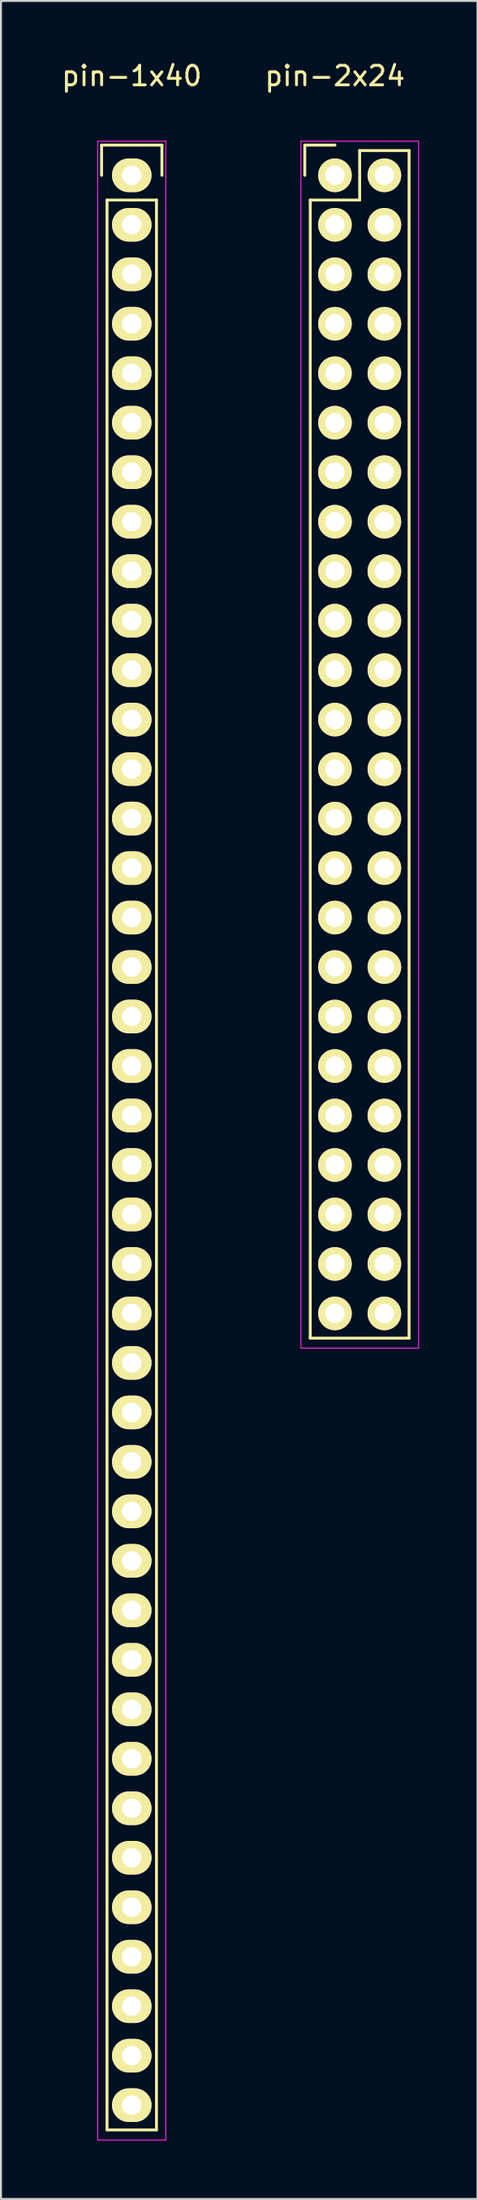
<source format=kicad_pcb>
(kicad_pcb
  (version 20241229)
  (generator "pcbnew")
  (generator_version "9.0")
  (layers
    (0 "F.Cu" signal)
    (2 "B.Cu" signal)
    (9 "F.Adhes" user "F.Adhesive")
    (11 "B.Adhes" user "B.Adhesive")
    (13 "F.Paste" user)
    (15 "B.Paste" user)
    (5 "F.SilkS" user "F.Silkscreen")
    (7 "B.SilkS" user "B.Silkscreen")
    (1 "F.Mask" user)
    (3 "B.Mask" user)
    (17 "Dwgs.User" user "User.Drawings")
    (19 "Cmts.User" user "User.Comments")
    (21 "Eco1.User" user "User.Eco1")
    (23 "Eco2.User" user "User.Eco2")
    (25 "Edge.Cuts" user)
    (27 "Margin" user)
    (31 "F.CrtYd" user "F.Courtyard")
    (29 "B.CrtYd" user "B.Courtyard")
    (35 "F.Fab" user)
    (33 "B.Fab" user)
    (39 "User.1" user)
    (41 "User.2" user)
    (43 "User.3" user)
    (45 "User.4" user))
  (footprint "pin-2x24"
    (layer "F.Cu")
    (at 14.161 5.948)
    (property "Reference" "pin-2x24" (at 0 -5.1 0) (layer "F.SilkS") (effects (font (size 1 1) (thickness 0.15))))
    (attr through_hole)
    (fp_line (start -1.55 -1.55) (end -1.55 0) (stroke (width 0.15) (type solid)) (layer "F.SilkS"))
    (fp_line (start -1.27 1.27) (end -1.27 59.69) (stroke (width 0.15) (type solid)) (layer "F.SilkS"))
    (fp_line (start 0 -1.55) (end -1.55 -1.55) (stroke (width 0.15) (type solid)) (layer "F.SilkS"))
    (fp_line (start 1.27 -1.27) (end 1.27 1.27) (stroke (width 0.15) (type solid)) (layer "F.SilkS"))
    (fp_line (start 1.27 1.27) (end -1.27 1.27) (stroke (width 0.15) (type solid)) (layer "F.SilkS"))
    (fp_line (start 3.81 -1.27) (end 1.27 -1.27) (stroke (width 0.15) (type solid)) (layer "F.SilkS"))
    (fp_line (start 3.81 59.69) (end -1.27 59.69) (stroke (width 0.15) (type solid)) (layer "F.SilkS"))
    (fp_line (start 3.81 59.69) (end 3.81 -1.27) (stroke (width 0.15) (type solid)) (layer "F.SilkS"))
    (fp_line (start -1.75 -1.75) (end -1.75 60.2) (stroke (width 0.05) (type solid)) (layer "F.CrtYd"))
    (fp_line (start -1.75 -1.75) (end 4.3 -1.75) (stroke (width 0.05) (type solid)) (layer "F.CrtYd"))
    (fp_line (start -1.75 60.2) (end 4.3 60.2) (stroke (width 0.05) (type solid)) (layer "F.CrtYd"))
    (fp_line (start 4.3 -1.75) (end 4.3 60.2) (stroke (width 0.05) (type solid)) (layer "F.CrtYd"))
    (pad "1" thru_hole oval (at 0 0) (size 1.727 1.727) (drill 1) (layers "*.Cu" "*.Mask" "F.SilkS"))
    (pad "2" thru_hole oval (at 2.54 0) (size 1.727 1.727) (drill 1) (layers "*.Cu" "*.Mask" "F.SilkS"))
    (pad "3" thru_hole oval (at 0 2.54) (size 1.727 1.727) (drill 1) (layers "*.Cu" "*.Mask" "F.SilkS"))
    (pad "4" thru_hole oval (at 2.54 2.54) (size 1.727 1.727) (drill 1) (layers "*.Cu" "*.Mask" "F.SilkS"))
    (pad "5" thru_hole oval (at 0 5.08) (size 1.727 1.727) (drill 1) (layers "*.Cu" "*.Mask" "F.SilkS"))
    (pad "6" thru_hole oval (at 2.54 5.08) (size 1.727 1.727) (drill 1) (layers "*.Cu" "*.Mask" "F.SilkS"))
    (pad "7" thru_hole oval (at 0 7.62) (size 1.727 1.727) (drill 1) (layers "*.Cu" "*.Mask" "F.SilkS"))
    (pad "8" thru_hole oval (at 2.54 7.62) (size 1.727 1.727) (drill 1) (layers "*.Cu" "*.Mask" "F.SilkS"))
    (pad "9" thru_hole oval (at 0 10.16) (size 1.727 1.727) (drill 1) (layers "*.Cu" "*.Mask" "F.SilkS"))
    (pad "10" thru_hole oval (at 2.54 10.16) (size 1.727 1.727) (drill 1) (layers "*.Cu" "*.Mask" "F.SilkS"))
    (pad "11" thru_hole oval (at 0 12.7) (size 1.727 1.727) (drill 1) (layers "*.Cu" "*.Mask" "F.SilkS"))
    (pad "12" thru_hole oval (at 2.54 12.7) (size 1.727 1.727) (drill 1) (layers "*.Cu" "*.Mask" "F.SilkS"))
    (pad "13" thru_hole oval (at 0 15.24) (size 1.727 1.727) (drill 1) (layers "*.Cu" "*.Mask" "F.SilkS"))
    (pad "14" thru_hole oval (at 2.54 15.24) (size 1.727 1.727) (drill 1) (layers "*.Cu" "*.Mask" "F.SilkS"))
    (pad "15" thru_hole oval (at 0 17.78) (size 1.727 1.727) (drill 1) (layers "*.Cu" "*.Mask" "F.SilkS"))
    (pad "16" thru_hole oval (at 2.54 17.78) (size 1.727 1.727) (drill 1) (layers "*.Cu" "*.Mask" "F.SilkS"))
    (pad "17" thru_hole oval (at 0 20.32) (size 1.727 1.727) (drill 1) (layers "*.Cu" "*.Mask" "F.SilkS"))
    (pad "18" thru_hole oval (at 2.54 20.32) (size 1.727 1.727) (drill 1) (layers "*.Cu" "*.Mask" "F.SilkS"))
    (pad "19" thru_hole oval (at 0 22.86) (size 1.727 1.727) (drill 1) (layers "*.Cu" "*.Mask" "F.SilkS"))
    (pad "20" thru_hole oval (at 2.54 22.86) (size 1.727 1.727) (drill 1) (layers "*.Cu" "*.Mask" "F.SilkS"))
    (pad "21" thru_hole oval (at 0 25.4) (size 1.727 1.727) (drill 1) (layers "*.Cu" "*.Mask" "F.SilkS"))
    (pad "22" thru_hole oval (at 2.54 25.4) (size 1.727 1.727) (drill 1) (layers "*.Cu" "*.Mask" "F.SilkS"))
    (pad "23" thru_hole oval (at 0 27.94) (size 1.727 1.727) (drill 1) (layers "*.Cu" "*.Mask" "F.SilkS"))
    (pad "24" thru_hole oval (at 2.54 27.94) (size 1.727 1.727) (drill 1) (layers "*.Cu" "*.Mask" "F.SilkS"))
    (pad "25" thru_hole oval (at 0 30.48) (size 1.727 1.727) (drill 1) (layers "*.Cu" "*.Mask" "F.SilkS"))
    (pad "26" thru_hole oval (at 2.54 30.48) (size 1.727 1.727) (drill 1) (layers "*.Cu" "*.Mask" "F.SilkS"))
    (pad "27" thru_hole oval (at 0 33.02) (size 1.727 1.727) (drill 1) (layers "*.Cu" "*.Mask" "F.SilkS"))
    (pad "28" thru_hole oval (at 2.54 33.02) (size 1.727 1.727) (drill 1) (layers "*.Cu" "*.Mask" "F.SilkS"))
    (pad "29" thru_hole oval (at 0 35.56) (size 1.727 1.727) (drill 1) (layers "*.Cu" "*.Mask" "F.SilkS"))
    (pad "30" thru_hole oval (at 2.54 35.56) (size 1.727 1.727) (drill 1) (layers "*.Cu" "*.Mask" "F.SilkS"))
    (pad "31" thru_hole oval (at 0 38.1) (size 1.727 1.727) (drill 1) (layers "*.Cu" "*.Mask" "F.SilkS"))
    (pad "32" thru_hole oval (at 2.54 38.1) (size 1.727 1.727) (drill 1) (layers "*.Cu" "*.Mask" "F.SilkS"))
    (pad "33" thru_hole oval (at 0 40.64) (size 1.727 1.727) (drill 1) (layers "*.Cu" "*.Mask" "F.SilkS"))
    (pad "34" thru_hole oval (at 2.54 40.64) (size 1.727 1.727) (drill 1) (layers "*.Cu" "*.Mask" "F.SilkS"))
    (pad "35" thru_hole oval (at 0 43.18) (size 1.727 1.727) (drill 1) (layers "*.Cu" "*.Mask" "F.SilkS"))
    (pad "36" thru_hole oval (at 2.54 43.18) (size 1.727 1.727) (drill 1) (layers "*.Cu" "*.Mask" "F.SilkS"))
    (pad "37" thru_hole oval (at 0 45.72) (size 1.727 1.727) (drill 1) (layers "*.Cu" "*.Mask" "F.SilkS"))
    (pad "38" thru_hole oval (at 2.54 45.72) (size 1.727 1.727) (drill 1) (layers "*.Cu" "*.Mask" "F.SilkS"))
    (pad "39" thru_hole oval (at 0 48.26) (size 1.727 1.727) (drill 1) (layers "*.Cu" "*.Mask" "F.SilkS"))
    (pad "40" thru_hole oval (at 2.54 48.26) (size 1.727 1.727) (drill 1) (layers "*.Cu" "*.Mask" "F.SilkS"))
    (pad "41" thru_hole oval (at 0 50.8) (size 1.727 1.727) (drill 1) (layers "*.Cu" "*.Mask" "F.SilkS"))
    (pad "42" thru_hole oval (at 2.54 50.8) (size 1.727 1.727) (drill 1) (layers "*.Cu" "*.Mask" "F.SilkS"))
    (pad "43" thru_hole oval (at 0 53.34) (size 1.727 1.727) (drill 1) (layers "*.Cu" "*.Mask" "F.SilkS"))
    (pad "44" thru_hole oval (at 2.54 53.34) (size 1.727 1.727) (drill 1) (layers "*.Cu" "*.Mask" "F.SilkS"))
    (pad "45" thru_hole oval (at 0 55.88) (size 1.727 1.727) (drill 1) (layers "*.Cu" "*.Mask" "F.SilkS"))
    (pad "46" thru_hole oval (at 2.54 55.88) (size 1.727 1.727) (drill 1) (layers "*.Cu" "*.Mask" "F.SilkS"))
    (pad "47" thru_hole oval (at 0 58.42) (size 1.727 1.727) (drill 1) (layers "*.Cu" "*.Mask" "F.SilkS"))
    (pad "48" thru_hole oval (at 2.54 58.42) (size 1.727 1.727) (drill 1) (layers "*.Cu" "*.Mask" "F.SilkS")))
  (footprint "pin-1x40"
    (layer "F.Cu")
    (at 3.72 5.948)
    (property "Reference" "pin-1x40" (at 0 -5.1 0) (layer "F.SilkS") (effects (font (size 1 1) (thickness 0.15))))
    (attr through_hole)
    (fp_line (start -1.55 -1.55) (end 1.55 -1.55) (stroke (width 0.15) (type solid)) (layer "F.SilkS"))
    (fp_line (start -1.55 0) (end -1.55 -1.55) (stroke (width 0.15) (type solid)) (layer "F.SilkS"))
    (fp_line (start -1.27 1.27) (end -1.27 100.33) (stroke (width 0.15) (type solid)) (layer "F.SilkS"))
    (fp_line (start -1.27 100.33) (end 1.27 100.33) (stroke (width 0.15) (type solid)) (layer "F.SilkS"))
    (fp_line (start 1.27 1.27) (end -1.27 1.27) (stroke (width 0.15) (type solid)) (layer "F.SilkS"))
    (fp_line (start 1.27 100.33) (end 1.27 1.27) (stroke (width 0.15) (type solid)) (layer "F.SilkS"))
    (fp_line (start 1.55 -1.55) (end 1.55 0) (stroke (width 0.15) (type solid)) (layer "F.SilkS"))
    (fp_line (start -1.75 -1.75) (end -1.75 100.85) (stroke (width 0.05) (type solid)) (layer "F.CrtYd"))
    (fp_line (start -1.75 -1.75) (end 1.75 -1.75) (stroke (width 0.05) (type solid)) (layer "F.CrtYd"))
    (fp_line (start -1.75 100.85) (end 1.75 100.85) (stroke (width 0.05) (type solid)) (layer "F.CrtYd"))
    (fp_line (start 1.75 -1.75) (end 1.75 100.85) (stroke (width 0.05) (type solid)) (layer "F.CrtYd"))
    (pad "1" thru_hole oval (at 0 0) (size 2.032 1.727) (drill 1) (layers "*.Cu" "*.Mask" "F.SilkS"))
    (pad "2" thru_hole oval (at 0 2.54) (size 2.032 1.727) (drill 1) (layers "*.Cu" "*.Mask" "F.SilkS"))
    (pad "3" thru_hole oval (at 0 5.08) (size 2.032 1.727) (drill 1) (layers "*.Cu" "*.Mask" "F.SilkS"))
    (pad "4" thru_hole oval (at 0 7.62) (size 2.032 1.727) (drill 1) (layers "*.Cu" "*.Mask" "F.SilkS"))
    (pad "5" thru_hole oval (at 0 10.16) (size 2.032 1.727) (drill 1) (layers "*.Cu" "*.Mask" "F.SilkS"))
    (pad "6" thru_hole oval (at 0 12.7) (size 2.032 1.727) (drill 1) (layers "*.Cu" "*.Mask" "F.SilkS"))
    (pad "7" thru_hole oval (at 0 15.24) (size 2.032 1.727) (drill 1) (layers "*.Cu" "*.Mask" "F.SilkS"))
    (pad "8" thru_hole oval (at 0 17.78) (size 2.032 1.727) (drill 1) (layers "*.Cu" "*.Mask" "F.SilkS"))
    (pad "9" thru_hole oval (at 0 20.32) (size 2.032 1.727) (drill 1) (layers "*.Cu" "*.Mask" "F.SilkS"))
    (pad "10" thru_hole oval (at 0 22.86) (size 2.032 1.727) (drill 1) (layers "*.Cu" "*.Mask" "F.SilkS"))
    (pad "11" thru_hole oval (at 0 25.4) (size 2.032 1.727) (drill 1) (layers "*.Cu" "*.Mask" "F.SilkS"))
    (pad "12" thru_hole oval (at 0 27.94) (size 2.032 1.727) (drill 1) (layers "*.Cu" "*.Mask" "F.SilkS"))
    (pad "13" thru_hole oval (at 0 30.48) (size 2.032 1.727) (drill 1) (layers "*.Cu" "*.Mask" "F.SilkS"))
    (pad "14" thru_hole oval (at 0 33.02) (size 2.032 1.727) (drill 1) (layers "*.Cu" "*.Mask" "F.SilkS"))
    (pad "15" thru_hole oval (at 0 35.56) (size 2.032 1.727) (drill 1) (layers "*.Cu" "*.Mask" "F.SilkS"))
    (pad "16" thru_hole oval (at 0 38.1) (size 2.032 1.727) (drill 1) (layers "*.Cu" "*.Mask" "F.SilkS"))
    (pad "17" thru_hole oval (at 0 40.64) (size 2.032 1.727) (drill 1) (layers "*.Cu" "*.Mask" "F.SilkS"))
    (pad "18" thru_hole oval (at 0 43.18) (size 2.032 1.727) (drill 1) (layers "*.Cu" "*.Mask" "F.SilkS"))
    (pad "19" thru_hole oval (at 0 45.72) (size 2.032 1.727) (drill 1) (layers "*.Cu" "*.Mask" "F.SilkS"))
    (pad "20" thru_hole oval (at 0 48.26) (size 2.032 1.727) (drill 1) (layers "*.Cu" "*.Mask" "F.SilkS"))
    (pad "21" thru_hole oval (at 0 50.8) (size 2.032 1.727) (drill 1) (layers "*.Cu" "*.Mask" "F.SilkS"))
    (pad "22" thru_hole oval (at 0 53.34) (size 2.032 1.727) (drill 1) (layers "*.Cu" "*.Mask" "F.SilkS"))
    (pad "23" thru_hole oval (at 0 55.88) (size 2.032 1.727) (drill 1) (layers "*.Cu" "*.Mask" "F.SilkS"))
    (pad "24" thru_hole oval (at 0 58.42) (size 2.032 1.727) (drill 1) (layers "*.Cu" "*.Mask" "F.SilkS"))
    (pad "25" thru_hole oval (at 0 60.96) (size 2.032 1.727) (drill 1) (layers "*.Cu" "*.Mask" "F.SilkS"))
    (pad "26" thru_hole oval (at 0 63.5) (size 2.032 1.727) (drill 1) (layers "*.Cu" "*.Mask" "F.SilkS"))
    (pad "27" thru_hole oval (at 0 66.04) (size 2.032 1.727) (drill 1) (layers "*.Cu" "*.Mask" "F.SilkS"))
    (pad "28" thru_hole oval (at 0 68.58) (size 2.032 1.727) (drill 1) (layers "*.Cu" "*.Mask" "F.SilkS"))
    (pad "29" thru_hole oval (at 0 71.12) (size 2.032 1.727) (drill 1) (layers "*.Cu" "*.Mask" "F.SilkS"))
    (pad "30" thru_hole oval (at 0 73.66) (size 2.032 1.727) (drill 1) (layers "*.Cu" "*.Mask" "F.SilkS"))
    (pad "31" thru_hole oval (at 0 76.2) (size 2.032 1.727) (drill 1) (layers "*.Cu" "*.Mask" "F.SilkS"))
    (pad "32" thru_hole oval (at 0 78.74) (size 2.032 1.727) (drill 1) (layers "*.Cu" "*.Mask" "F.SilkS"))
    (pad "33" thru_hole oval (at 0 81.28) (size 2.032 1.727) (drill 1) (layers "*.Cu" "*.Mask" "F.SilkS"))
    (pad "34" thru_hole oval (at 0 83.82) (size 2.032 1.727) (drill 1) (layers "*.Cu" "*.Mask" "F.SilkS"))
    (pad "35" thru_hole oval (at 0 86.36) (size 2.032 1.727) (drill 1) (layers "*.Cu" "*.Mask" "F.SilkS"))
    (pad "36" thru_hole oval (at 0 88.9) (size 2.032 1.727) (drill 1) (layers "*.Cu" "*.Mask" "F.SilkS"))
    (pad "37" thru_hole oval (at 0 91.44) (size 2.032 1.727) (drill 1) (layers "*.Cu" "*.Mask" "F.SilkS"))
    (pad "38" thru_hole oval (at 0 93.98) (size 2.032 1.727) (drill 1) (layers "*.Cu" "*.Mask" "F.SilkS"))
    (pad "39" thru_hole oval (at 0 96.52) (size 2.032 1.727) (drill 1) (layers "*.Cu" "*.Mask" "F.SilkS"))
    (pad "40" thru_hole oval (at 0 99.06) (size 2.032 1.727) (drill 1) (layers "*.Cu" "*.Mask" "F.SilkS")))
  (gr_rect
    (start -3 -3)
    (end 21.486 109.823)
    (stroke (width 0.1) (type default))
    (fill no)
    (layer "Edge.Cuts")))
</source>
